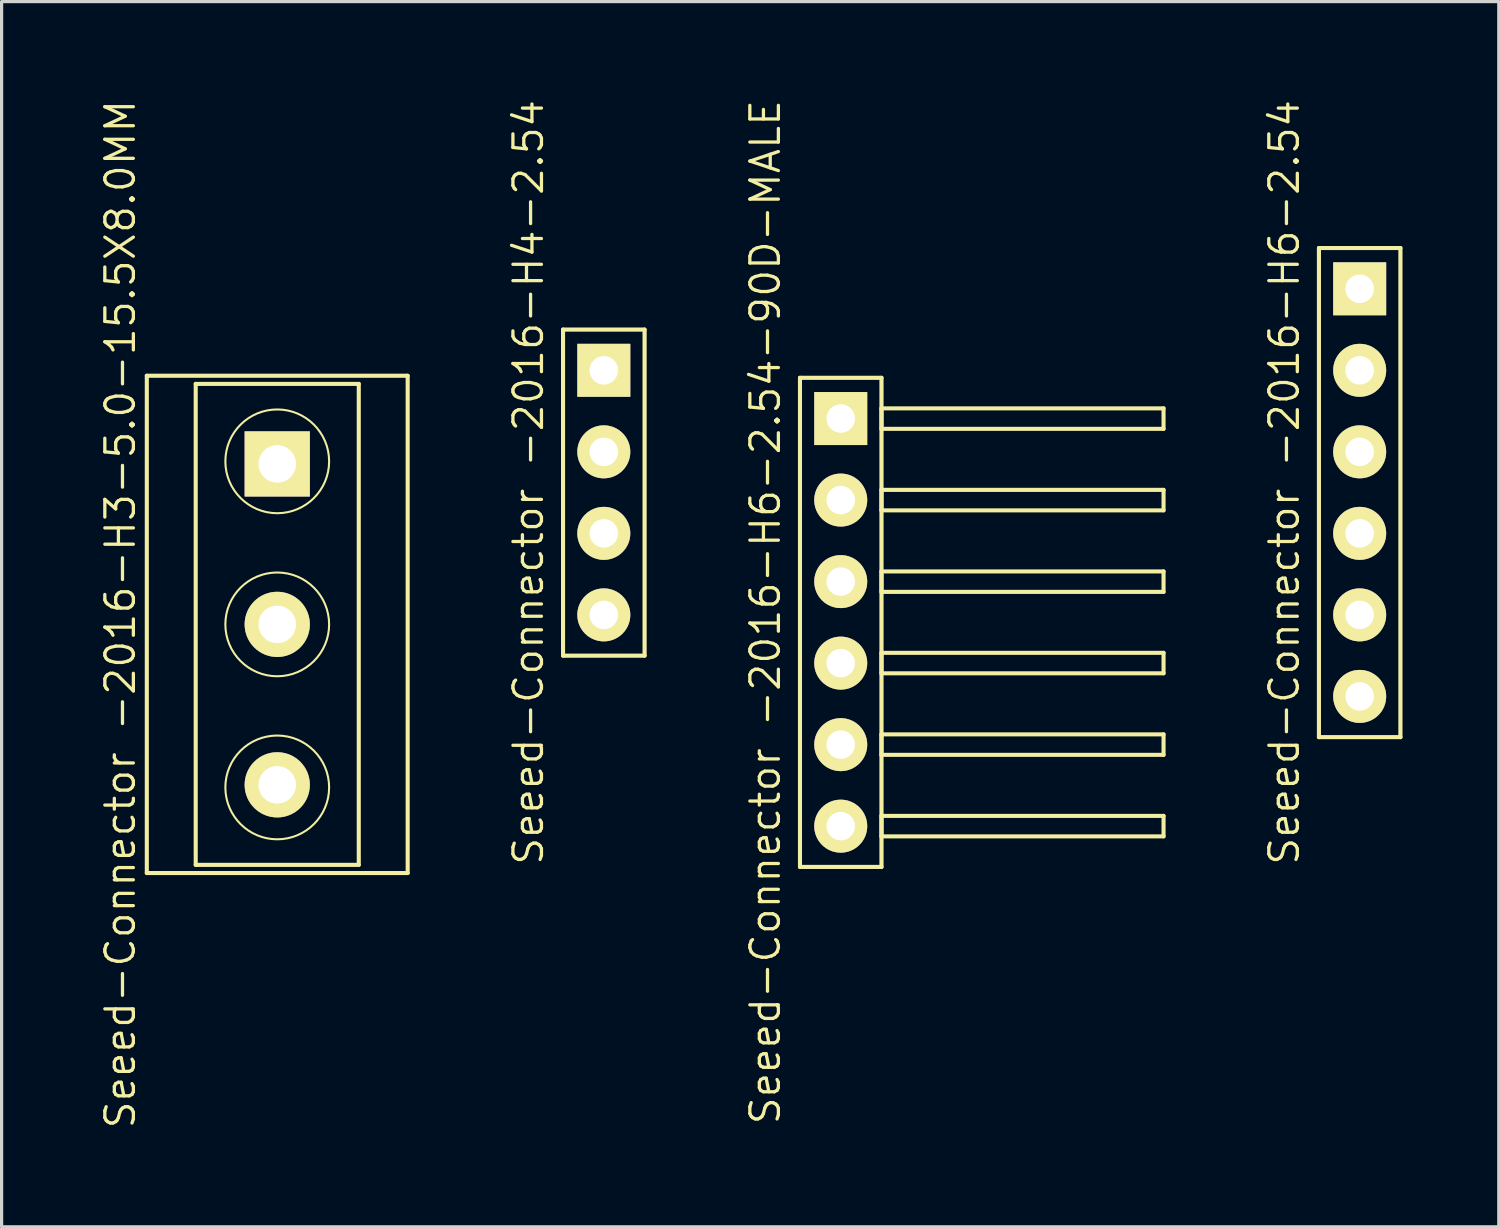
<source format=kicad_pcb>
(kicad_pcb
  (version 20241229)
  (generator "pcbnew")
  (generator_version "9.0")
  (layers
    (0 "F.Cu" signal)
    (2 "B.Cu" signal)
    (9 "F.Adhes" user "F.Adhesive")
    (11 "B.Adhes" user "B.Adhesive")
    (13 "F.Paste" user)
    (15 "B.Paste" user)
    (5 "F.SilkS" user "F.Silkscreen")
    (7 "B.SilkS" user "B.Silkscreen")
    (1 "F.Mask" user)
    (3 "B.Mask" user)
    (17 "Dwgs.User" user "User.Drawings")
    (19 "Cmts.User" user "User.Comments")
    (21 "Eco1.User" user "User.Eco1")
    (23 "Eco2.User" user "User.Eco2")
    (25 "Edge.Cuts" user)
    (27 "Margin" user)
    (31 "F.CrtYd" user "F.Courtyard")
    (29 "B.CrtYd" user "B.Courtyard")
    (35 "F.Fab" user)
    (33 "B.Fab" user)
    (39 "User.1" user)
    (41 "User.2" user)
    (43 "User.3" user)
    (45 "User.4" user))
  (footprint "Seeed-Connector -2016-H6-2.54"
    (layer "F.Cu")
    (at 39.314 12.298)
    (property "Reference" "Seeed-Connector -2016-H6-2.54" (at -2.349 -0.318 90) (layer "F.SilkS") (effects (font (size 0.889 0.889) (thickness 0.102))))
    (attr exclude_from_pos_files exclude_from_bom)
    (fp_line (start -1.27 -7.62) (end 1.27 -7.62) (stroke (width 0.066) (type solid)) (layer "F.SilkS"))
    (fp_line (start -1.27 -7.62) (end 1.27 -7.62) (stroke (width 0.1) (type solid)) (layer "F.SilkS"))
    (fp_line (start -1.27 -7.62) (end 1.27 -7.62) (stroke (width 0.127) (type solid)) (layer "F.SilkS"))
    (fp_line (start -1.27 7.62) (end -1.27 -7.62) (stroke (width 0.066) (type solid)) (layer "F.SilkS"))
    (fp_line (start -1.27 7.62) (end -1.27 -7.62) (stroke (width 0.1) (type solid)) (layer "F.SilkS"))
    (fp_line (start -1.27 7.62) (end -1.27 -7.62) (stroke (width 0.127) (type solid)) (layer "F.SilkS"))
    (fp_line (start -1.27 7.62) (end 1.27 7.62) (stroke (width 0.066) (type solid)) (layer "F.SilkS"))
    (fp_line (start 1.27 -7.62) (end 1.27 7.62) (stroke (width 0.1) (type solid)) (layer "F.SilkS"))
    (fp_line (start 1.27 -7.62) (end 1.27 7.62) (stroke (width 0.127) (type solid)) (layer "F.SilkS"))
    (fp_line (start 1.27 7.62) (end -1.27 7.62) (stroke (width 0.1) (type solid)) (layer "F.SilkS"))
    (fp_line (start 1.27 7.62) (end -1.27 7.62) (stroke (width 0.127) (type solid)) (layer "F.SilkS"))
    (fp_line (start 1.27 7.62) (end 1.27 -7.62) (stroke (width 0.066) (type solid)) (layer "F.SilkS"))
    (pad "1" thru_hole rect (at 0 -6.35) (size 1.651 1.651) (drill 0.889) (layers "*.Cu" "F.Mask" "F.SilkS" "F.Paste"))
    (pad "2" thru_hole circle (at 0 -3.81) (size 1.651 1.651) (drill 0.889) (layers "*.Cu" "F.Mask" "F.SilkS" "F.Paste"))
    (pad "3" thru_hole circle (at 0 -1.27) (size 1.651 1.651) (drill 0.889) (layers "*.Cu" "F.Mask" "F.SilkS" "F.Paste"))
    (pad "4" thru_hole circle (at 0 1.27) (size 1.651 1.651) (drill 0.889) (layers "*.Cu" "F.Mask" "F.SilkS" "F.Paste"))
    (pad "5" thru_hole circle (at 0 3.81) (size 1.651 1.651) (drill 0.889) (layers "*.Cu" "F.Mask" "F.SilkS" "F.Paste"))
    (pad "6" thru_hole circle (at 0 6.35) (size 1.651 1.651) (drill 0.889) (layers "*.Cu" "F.Mask" "F.SilkS" "F.Paste")))
  (footprint "Seeed-Connector -2016-H4-2.54"
    (layer "F.Cu")
    (at 15.763 12.298)
    (property "Reference" "Seeed-Connector -2016-H4-2.54" (at -2.349 -0.318 90) (layer "F.SilkS") (effects (font (size 0.889 0.889) (thickness 0.102))))
    (attr exclude_from_pos_files exclude_from_bom)
    (fp_line (start -1.27 -5.08) (end 1.27 -5.08) (stroke (width 0.066) (type solid)) (layer "F.SilkS"))
    (fp_line (start -1.27 -5.08) (end 1.27 -5.08) (stroke (width 0.1) (type solid)) (layer "F.SilkS"))
    (fp_line (start -1.27 -5.08) (end 1.27 -5.08) (stroke (width 0.127) (type solid)) (layer "F.SilkS"))
    (fp_line (start -1.27 5.08) (end -1.27 -5.08) (stroke (width 0.066) (type solid)) (layer "F.SilkS"))
    (fp_line (start -1.27 5.08) (end -1.27 -5.08) (stroke (width 0.1) (type solid)) (layer "F.SilkS"))
    (fp_line (start -1.27 5.08) (end -1.27 -5.08) (stroke (width 0.127) (type solid)) (layer "F.SilkS"))
    (fp_line (start -1.27 5.08) (end 1.27 5.08) (stroke (width 0.066) (type solid)) (layer "F.SilkS"))
    (fp_line (start 1.27 -5.08) (end 1.27 5.08) (stroke (width 0.1) (type solid)) (layer "F.SilkS"))
    (fp_line (start 1.27 -5.08) (end 1.27 5.08) (stroke (width 0.127) (type solid)) (layer "F.SilkS"))
    (fp_line (start 1.27 5.08) (end -1.27 5.08) (stroke (width 0.1) (type solid)) (layer "F.SilkS"))
    (fp_line (start 1.27 5.08) (end -1.27 5.08) (stroke (width 0.127) (type solid)) (layer "F.SilkS"))
    (fp_line (start 1.27 5.08) (end 1.27 -5.08) (stroke (width 0.066) (type solid)) (layer "F.SilkS"))
    (pad "1" thru_hole rect (at 0 -3.81) (size 1.651 1.651) (drill 0.889) (layers "*.Cu" "F.Mask" "F.SilkS" "F.Paste"))
    (pad "2" thru_hole circle (at 0 -1.27) (size 1.651 1.651) (drill 0.889) (layers "*.Cu" "F.Mask" "F.SilkS" "F.Paste"))
    (pad "3" thru_hole circle (at 0 1.27) (size 1.651 1.651) (drill 0.889) (layers "*.Cu" "F.Mask" "F.SilkS" "F.Paste"))
    (pad "4" thru_hole circle (at 0 3.81) (size 1.651 1.651) (drill 0.889) (layers "*.Cu" "F.Mask" "F.SilkS" "F.Paste")))
  (footprint "Seeed-Connector -2016-H3-5.0-15.5X8.0MM"
    (layer "F.Cu")
    (at 5.588 16.404)
    (property "Reference" "Seeed-Connector -2016-H3-5.0-15.5X8.0MM" (at -4.889 -0.318 90) (layer "F.SilkS") (effects (font (size 0.889 0.889) (thickness 0.102))))
    (attr exclude_from_pos_files exclude_from_bom)
    (fp_line (start -4.064 -7.747) (end 4.064 -7.747) (stroke (width 0.066) (type solid)) (layer "F.SilkS"))
    (fp_line (start -4.064 -7.747) (end 4.064 -7.747) (stroke (width 0.127) (type solid)) (layer "F.SilkS"))
    (fp_line (start -4.064 7.747) (end -4.064 -7.747) (stroke (width 0.066) (type solid)) (layer "F.SilkS"))
    (fp_line (start -4.064 7.747) (end -4.064 -7.747) (stroke (width 0.127) (type solid)) (layer "F.SilkS"))
    (fp_line (start -4.064 7.747) (end 4.064 7.747) (stroke (width 0.066) (type solid)) (layer "F.SilkS"))
    (fp_line (start -2.54 -7.493) (end 2.54 -7.493) (stroke (width 0.127) (type solid)) (layer "F.SilkS"))
    (fp_line (start -2.54 7.493) (end -2.54 -7.493) (stroke (width 0.127) (type solid)) (layer "F.SilkS"))
    (fp_line (start 2.54 -7.493) (end 2.54 7.493) (stroke (width 0.127) (type solid)) (layer "F.SilkS"))
    (fp_line (start 2.54 7.493) (end -2.54 7.493) (stroke (width 0.127) (type solid)) (layer "F.SilkS"))
    (fp_line (start 4.064 -7.747) (end 4.064 7.747) (stroke (width 0.127) (type solid)) (layer "F.SilkS"))
    (fp_line (start 4.064 7.747) (end -4.064 7.747) (stroke (width 0.127) (type solid)) (layer "F.SilkS"))
    (fp_line (start 4.064 7.747) (end 4.064 -7.747) (stroke (width 0.066) (type solid)) (layer "F.SilkS"))
    (fp_circle (center 0 -5.08) (end -1.143 -6.223) (stroke (width 0.064) (type solid)) (fill no) (layer "F.SilkS"))
    (fp_circle (center 0 0) (end -1.143 1.143) (stroke (width 0.064) (type solid)) (fill no) (layer "F.SilkS"))
    (fp_circle (center 0 5.08) (end -1.143 6.223) (stroke (width 0.064) (type solid)) (fill no) (layer "F.SilkS"))
    (pad "1" thru_hole rect (at 0 -4.999) (size 2.032 2.032) (drill 1.168) (layers "*.Cu" "F.Mask" "F.SilkS" "F.Paste"))
    (pad "2" thru_hole circle (at 0 0) (size 2.032 2.032) (drill 1.168) (layers "*.Cu" "F.Mask" "F.SilkS" "F.Paste"))
    (pad "3" thru_hole circle (at 0 4.999) (size 2.032 2.032) (drill 1.168) (layers "*.Cu" "F.Mask" "F.SilkS" "F.Paste")))
  (footprint "Seeed-Connector -2016-H6-2.54-90D-MALE"
    (layer "F.Cu")
    (at 23.145 16.341)
    (property "Reference" "Seeed-Connector -2016-H6-2.54-90D-MALE" (at -2.349 -0.318 90) (layer "F.SilkS") (effects (font (size 0.889 0.889) (thickness 0.102))))
    (attr exclude_from_pos_files exclude_from_bom)
    (fp_line (start -1.27 -7.62) (end 1.27 -7.62) (stroke (width 0.066) (type solid)) (layer "F.SilkS"))
    (fp_line (start -1.27 -7.62) (end 1.27 -7.62) (stroke (width 0.1) (type solid)) (layer "F.SilkS"))
    (fp_line (start -1.27 -7.62) (end 1.27 -7.62) (stroke (width 0.127) (type solid)) (layer "F.SilkS"))
    (fp_line (start -1.27 7.62) (end -1.27 -7.62) (stroke (width 0.066) (type solid)) (layer "F.SilkS"))
    (fp_line (start -1.27 7.62) (end -1.27 -7.62) (stroke (width 0.1) (type solid)) (layer "F.SilkS"))
    (fp_line (start -1.27 7.62) (end -1.27 -7.62) (stroke (width 0.127) (type solid)) (layer "F.SilkS"))
    (fp_line (start -1.27 7.62) (end 1.27 7.62) (stroke (width 0.066) (type solid)) (layer "F.SilkS"))
    (fp_line (start 1.27 -7.62) (end 1.27 7.62) (stroke (width 0.1) (type solid)) (layer "F.SilkS"))
    (fp_line (start 1.27 -7.62) (end 1.27 7.62) (stroke (width 0.127) (type solid)) (layer "F.SilkS"))
    (fp_line (start 1.27 -6.668) (end 1.27 -6.03) (stroke (width 0.127) (type solid)) (layer "F.SilkS"))
    (fp_line (start 1.27 -6.03) (end 10.058 -6.03) (stroke (width 0.127) (type solid)) (layer "F.SilkS"))
    (fp_line (start 1.27 -4.128) (end 1.27 -3.49) (stroke (width 0.127) (type solid)) (layer "F.SilkS"))
    (fp_line (start 1.27 -3.49) (end 10.058 -3.49) (stroke (width 0.127) (type solid)) (layer "F.SilkS"))
    (fp_line (start 1.27 -1.587) (end 1.27 -0.95) (stroke (width 0.127) (type solid)) (layer "F.SilkS"))
    (fp_line (start 1.27 -0.95) (end 10.058 -0.95) (stroke (width 0.127) (type solid)) (layer "F.SilkS"))
    (fp_line (start 1.27 0.95) (end 1.27 1.587) (stroke (width 0.127) (type solid)) (layer "F.SilkS"))
    (fp_line (start 1.27 1.587) (end 10.058 1.587) (stroke (width 0.127) (type solid)) (layer "F.SilkS"))
    (fp_line (start 1.27 3.49) (end 1.27 4.128) (stroke (width 0.127) (type solid)) (layer "F.SilkS"))
    (fp_line (start 1.27 4.128) (end 10.058 4.128) (stroke (width 0.127) (type solid)) (layer "F.SilkS"))
    (fp_line (start 1.27 6.03) (end 1.27 6.668) (stroke (width 0.127) (type solid)) (layer "F.SilkS"))
    (fp_line (start 1.27 6.668) (end 10.058 6.668) (stroke (width 0.127) (type solid)) (layer "F.SilkS"))
    (fp_line (start 1.27 7.62) (end -1.27 7.62) (stroke (width 0.1) (type solid)) (layer "F.SilkS"))
    (fp_line (start 1.27 7.62) (end -1.27 7.62) (stroke (width 0.127) (type solid)) (layer "F.SilkS"))
    (fp_line (start 1.27 7.62) (end 1.27 -7.62) (stroke (width 0.066) (type solid)) (layer "F.SilkS"))
    (fp_line (start 10.058 -6.668) (end 1.27 -6.668) (stroke (width 0.127) (type solid)) (layer "F.SilkS"))
    (fp_line (start 10.058 -6.668) (end 10.058 -6.03) (stroke (width 0.127) (type solid)) (layer "F.SilkS"))
    (fp_line (start 10.058 -4.128) (end 1.27 -4.128) (stroke (width 0.127) (type solid)) (layer "F.SilkS"))
    (fp_line (start 10.058 -4.128) (end 10.058 -3.49) (stroke (width 0.127) (type solid)) (layer "F.SilkS"))
    (fp_line (start 10.058 -1.587) (end 1.27 -1.587) (stroke (width 0.127) (type solid)) (layer "F.SilkS"))
    (fp_line (start 10.058 -1.587) (end 10.058 -0.95) (stroke (width 0.127) (type solid)) (layer "F.SilkS"))
    (fp_line (start 10.058 0.95) (end 1.27 0.95) (stroke (width 0.127) (type solid)) (layer "F.SilkS"))
    (fp_line (start 10.058 0.95) (end 10.058 1.587) (stroke (width 0.127) (type solid)) (layer "F.SilkS"))
    (fp_line (start 10.058 3.49) (end 1.27 3.49) (stroke (width 0.127) (type solid)) (layer "F.SilkS"))
    (fp_line (start 10.058 3.49) (end 10.058 4.128) (stroke (width 0.127) (type solid)) (layer "F.SilkS"))
    (fp_line (start 10.058 6.03) (end 1.27 6.03) (stroke (width 0.127) (type solid)) (layer "F.SilkS"))
    (fp_line (start 10.058 6.03) (end 10.058 6.668) (stroke (width 0.127) (type solid)) (layer "F.SilkS"))
    (pad "1" thru_hole rect (at 0 -6.35) (size 1.651 1.651) (drill 0.889) (layers "*.Cu" "F.Mask" "F.SilkS" "F.Paste"))
    (pad "2" thru_hole circle (at 0 -3.81) (size 1.651 1.651) (drill 0.889) (layers "*.Cu" "F.Mask" "F.SilkS" "F.Paste"))
    (pad "3" thru_hole circle (at 0 -1.27) (size 1.651 1.651) (drill 0.889) (layers "*.Cu" "F.Mask" "F.SilkS" "F.Paste"))
    (pad "4" thru_hole circle (at 0 1.27) (size 1.651 1.651) (drill 0.889) (layers "*.Cu" "F.Mask" "F.SilkS" "F.Paste"))
    (pad "5" thru_hole circle (at 0 3.81) (size 1.651 1.651) (drill 0.889) (layers "*.Cu" "F.Mask" "F.SilkS" "F.Paste"))
    (pad "6" thru_hole circle (at 0 6.35) (size 1.651 1.651) (drill 0.889) (layers "*.Cu" "F.Mask" "F.SilkS" "F.Paste")))
  (gr_rect
    (start -3 -3)
    (end 43.648 35.173)
    (stroke (width 0.1) (type default))
    (fill no)
    (layer "Edge.Cuts")))
</source>
